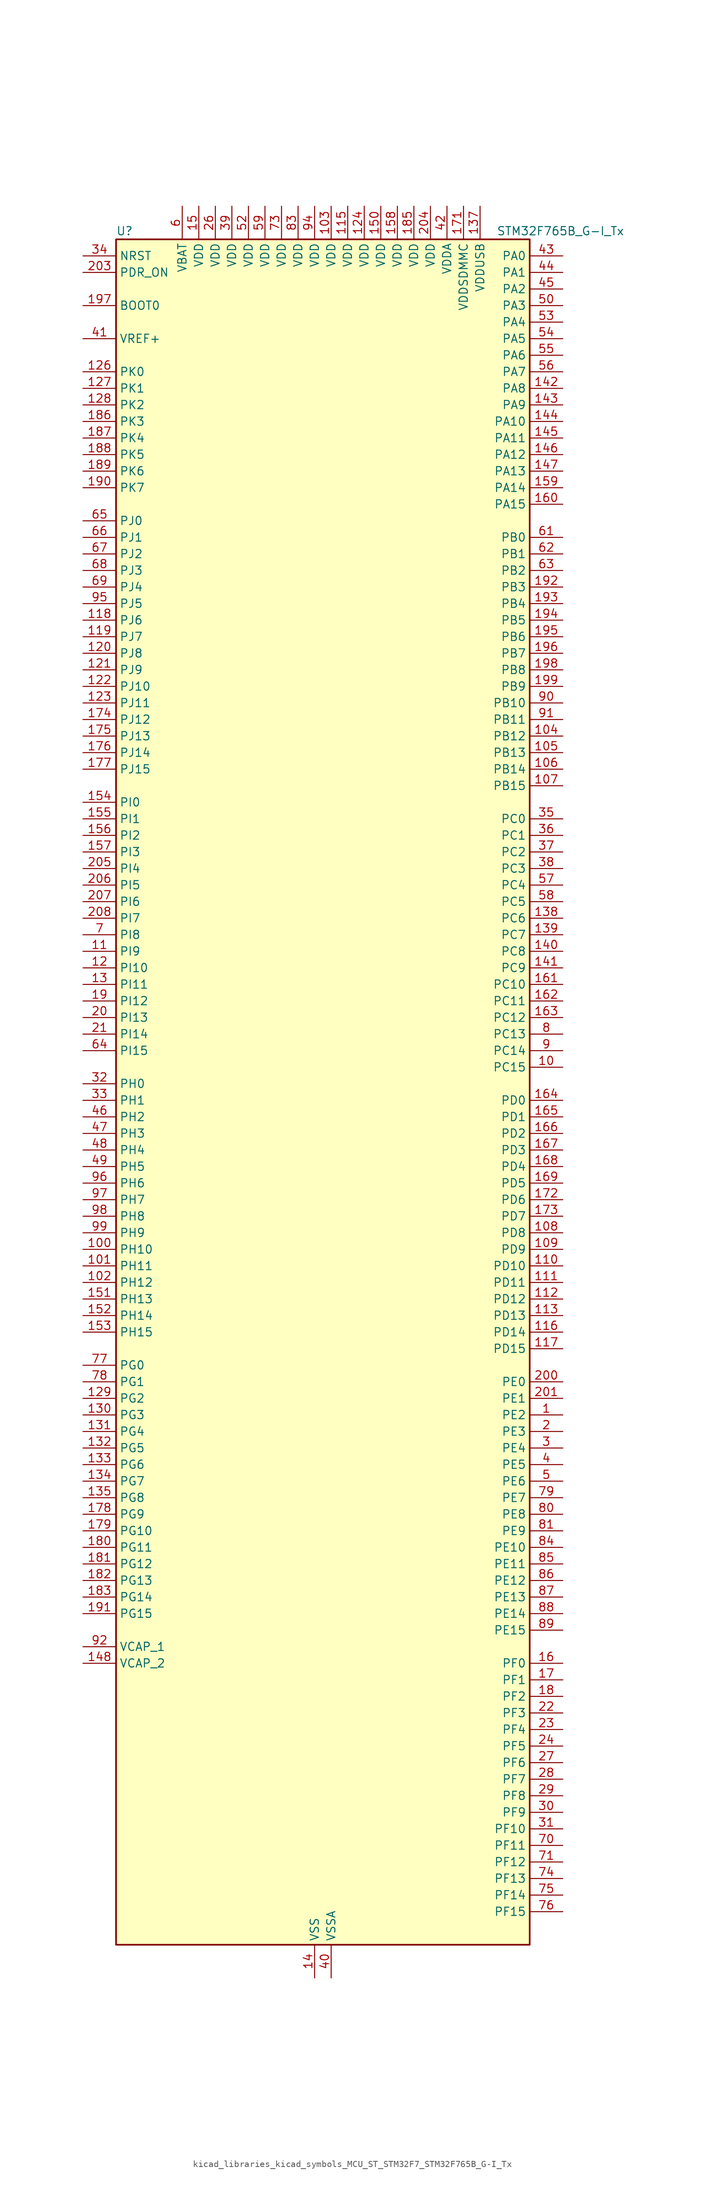
<source format=kicad_sym>
(kicad_symbol_lib
  (version 20220914)
  (generator kicad_symbol_editor)
  (symbol "kicad_libraries_kicad_symbols_MCU_ST_STM32F7_STM32F765B_G-I_Tx"
    (property "Reference" "U"
      (at -30.48 133.35 0)
      (effects (font (size 1.27 1.27)) (justify left)))
    (property "Value" "STM32F765B_G-I_Tx"
      (at 27.94 133.35 0)
      (effects (font (size 1.27 1.27)) (justify left)))
    (property "ki_locked" ""
      (at 0 0 0)
      (effects (font (size 1.27 1.27))))
    (symbol "kicad_libraries_kicad_symbols_MCU_ST_STM32F7_STM32F765B_G-I_Tx_0_1"
      (rectangle (start -30.48 -129.54) (end 33.02 132.08) (stroke (width 0.254) (type default)) (fill (type background))))
    (symbol "kicad_libraries_kicad_symbols_MCU_ST_STM32F7_STM32F765B_G-I_Tx_1_1"
      (pin bidirectional line (at 38.1 -48.26 180) (length 5.08) (name "PE2" (effects (font (size 1.27 1.27)))) (number "1" (effects (font (size 1.27 1.27)))) (alternate "ETH_TXD3" bidirectional line) (alternate "FMC_A23" bidirectional line) (alternate "QUADSPI_BK1_IO2" bidirectional line) (alternate "SAI1_MCLK_A" bidirectional line) (alternate "SPI4_SCK" bidirectional line) (alternate "SYS_TRACECLK" bidirectional line))
      (pin bidirectional line (at 38.1 5.08 180) (length 5.08) (name "PC15" (effects (font (size 1.27 1.27)))) (number "10" (effects (font (size 1.27 1.27)))) (alternate "RCC_OSC32_OUT" bidirectional line))
      (pin bidirectional line (at -35.56 -22.86 0) (length 5.08) (name "PH10" (effects (font (size 1.27 1.27)))) (number "100" (effects (font (size 1.27 1.27)))) (alternate "DCMI_D1" bidirectional line) (alternate "FMC_D18" bidirectional line) (alternate "I2C4_SMBA" bidirectional line) (alternate "TIM5_CH1" bidirectional line))
      (pin bidirectional line (at -35.56 -25.4 0) (length 5.08) (name "PH11" (effects (font (size 1.27 1.27)))) (number "101" (effects (font (size 1.27 1.27)))) (alternate "ADC1_EXTI11" bidirectional line) (alternate "ADC2_EXTI11" bidirectional line) (alternate "ADC3_EXTI11" bidirectional line) (alternate "DCMI_D2" bidirectional line) (alternate "FMC_D19" bidirectional line) (alternate "I2C4_SCL" bidirectional line) (alternate "TIM5_CH2" bidirectional line))
      (pin bidirectional line (at -35.56 -27.94 0) (length 5.08) (name "PH12" (effects (font (size 1.27 1.27)))) (number "102" (effects (font (size 1.27 1.27)))) (alternate "DCMI_D3" bidirectional line) (alternate "FMC_D20" bidirectional line) (alternate "I2C4_SDA" bidirectional line) (alternate "TIM5_CH3" bidirectional line))
      (pin power_in line (at 2.54 137.16 270) (length 5.08) (name "VDD" (effects (font (size 1.27 1.27)))) (number "103" (effects (font (size 1.27 1.27)))))
      (pin bidirectional line (at 38.1 55.88 180) (length 5.08) (name "PB12" (effects (font (size 1.27 1.27)))) (number "104" (effects (font (size 1.27 1.27)))) (alternate "CAN2_RX" bidirectional line) (alternate "DFSDM1_DATIN1" bidirectional line) (alternate "ETH_TXD0" bidirectional line) (alternate "I2C2_SMBA" bidirectional line) (alternate "I2S2_WS" bidirectional line) (alternate "SPI2_NSS" bidirectional line) (alternate "TIM1_BKIN" bidirectional line) (alternate "UART5_RX" bidirectional line) (alternate "USART3_CK" bidirectional line) (alternate "USB_OTG_HS_ID" bidirectional line) (alternate "USB_OTG_HS_ULPI_D5" bidirectional line))
      (pin bidirectional line (at 38.1 53.34 180) (length 5.08) (name "PB13" (effects (font (size 1.27 1.27)))) (number "105" (effects (font (size 1.27 1.27)))) (alternate "CAN2_TX" bidirectional line) (alternate "DFSDM1_CKIN1" bidirectional line) (alternate "ETH_TXD1" bidirectional line) (alternate "I2S2_CK" bidirectional line) (alternate "SPI2_SCK" bidirectional line) (alternate "TIM1_CH1N" bidirectional line) (alternate "UART5_TX" bidirectional line) (alternate "USART3_CTS" bidirectional line) (alternate "USB_OTG_HS_ULPI_D6" bidirectional line) (alternate "USB_OTG_HS_VBUS" bidirectional line))
      (pin bidirectional line (at 38.1 50.8 180) (length 5.08) (name "PB14" (effects (font (size 1.27 1.27)))) (number "106" (effects (font (size 1.27 1.27)))) (alternate "DFSDM1_DATIN2" bidirectional line) (alternate "SDMMC2_D0" bidirectional line) (alternate "SPI2_MISO" bidirectional line) (alternate "TIM12_CH1" bidirectional line) (alternate "TIM1_CH2N" bidirectional line) (alternate "TIM8_CH2N" bidirectional line) (alternate "UART4_DE" bidirectional line) (alternate "UART4_RTS" bidirectional line) (alternate "USART1_TX" bidirectional line) (alternate "USART3_DE" bidirectional line) (alternate "USART3_RTS" bidirectional line) (alternate "USB_OTG_HS_DM" bidirectional line))
      (pin bidirectional line (at 38.1 48.26 180) (length 5.08) (name "PB15" (effects (font (size 1.27 1.27)))) (number "107" (effects (font (size 1.27 1.27)))) (alternate "DFSDM1_CKIN2" bidirectional line) (alternate "I2S2_SD" bidirectional line) (alternate "RTC_REFIN" bidirectional line) (alternate "SDMMC2_D1" bidirectional line) (alternate "SPI2_MOSI" bidirectional line) (alternate "TIM12_CH2" bidirectional line) (alternate "TIM1_CH3N" bidirectional line) (alternate "TIM8_CH3N" bidirectional line) (alternate "UART4_CTS" bidirectional line) (alternate "USART1_RX" bidirectional line) (alternate "USB_OTG_HS_DP" bidirectional line))
      (pin bidirectional line (at 38.1 -20.32 180) (length 5.08) (name "PD8" (effects (font (size 1.27 1.27)))) (number "108" (effects (font (size 1.27 1.27)))) (alternate "DFSDM1_CKIN3" bidirectional line) (alternate "FMC_D13" bidirectional line) (alternate "FMC_DA13" bidirectional line) (alternate "SPDIFRX_IN1" bidirectional line) (alternate "USART3_TX" bidirectional line))
      (pin bidirectional line (at 38.1 -22.86 180) (length 5.08) (name "PD9" (effects (font (size 1.27 1.27)))) (number "109" (effects (font (size 1.27 1.27)))) (alternate "DAC_EXTI9" bidirectional line) (alternate "DFSDM1_DATIN3" bidirectional line) (alternate "FMC_D14" bidirectional line) (alternate "FMC_DA14" bidirectional line) (alternate "USART3_RX" bidirectional line))
      (pin bidirectional line (at -35.56 22.86 0) (length 5.08) (name "PI9" (effects (font (size 1.27 1.27)))) (number "11" (effects (font (size 1.27 1.27)))) (alternate "CAN1_RX" bidirectional line) (alternate "DAC_EXTI9" bidirectional line) (alternate "FMC_D30" bidirectional line) (alternate "UART4_RX" bidirectional line))
      (pin bidirectional line (at 38.1 -25.4 180) (length 5.08) (name "PD10" (effects (font (size 1.27 1.27)))) (number "110" (effects (font (size 1.27 1.27)))) (alternate "DFSDM1_CKOUT" bidirectional line) (alternate "FMC_D15" bidirectional line) (alternate "FMC_DA15" bidirectional line) (alternate "USART3_CK" bidirectional line))
      (pin bidirectional line (at 38.1 -27.94 180) (length 5.08) (name "PD11" (effects (font (size 1.27 1.27)))) (number "111" (effects (font (size 1.27 1.27)))) (alternate "ADC1_EXTI11" bidirectional line) (alternate "ADC2_EXTI11" bidirectional line) (alternate "ADC3_EXTI11" bidirectional line) (alternate "FMC_A16" bidirectional line) (alternate "FMC_CLE" bidirectional line) (alternate "I2C4_SMBA" bidirectional line) (alternate "QUADSPI_BK1_IO0" bidirectional line) (alternate "SAI2_SD_A" bidirectional line) (alternate "USART3_CTS" bidirectional line))
      (pin bidirectional line (at 38.1 -30.48 180) (length 5.08) (name "PD12" (effects (font (size 1.27 1.27)))) (number "112" (effects (font (size 1.27 1.27)))) (alternate "FMC_A17" bidirectional line) (alternate "FMC_ALE" bidirectional line) (alternate "I2C4_SCL" bidirectional line) (alternate "LPTIM1_IN1" bidirectional line) (alternate "QUADSPI_BK1_IO1" bidirectional line) (alternate "SAI2_FS_A" bidirectional line) (alternate "TIM4_CH1" bidirectional line) (alternate "USART3_DE" bidirectional line) (alternate "USART3_RTS" bidirectional line))
      (pin bidirectional line (at 38.1 -33.02 180) (length 5.08) (name "PD13" (effects (font (size 1.27 1.27)))) (number "113" (effects (font (size 1.27 1.27)))) (alternate "FMC_A18" bidirectional line) (alternate "I2C4_SDA" bidirectional line) (alternate "LPTIM1_OUT" bidirectional line) (alternate "QUADSPI_BK1_IO3" bidirectional line) (alternate "SAI2_SCK_A" bidirectional line) (alternate "TIM4_CH2" bidirectional line))
      (pin passive line (at 0 -134.62 90) (length 5.08) hide (name "VSS" (effects (font (size 1.27 1.27)))) (number "114" (effects (font (size 1.27 1.27)))))
      (pin power_in line (at 5.08 137.16 270) (length 5.08) (name "VDD" (effects (font (size 1.27 1.27)))) (number "115" (effects (font (size 1.27 1.27)))))
      (pin bidirectional line (at 38.1 -35.56 180) (length 5.08) (name "PD14" (effects (font (size 1.27 1.27)))) (number "116" (effects (font (size 1.27 1.27)))) (alternate "FMC_D0" bidirectional line) (alternate "FMC_DA0" bidirectional line) (alternate "TIM4_CH3" bidirectional line) (alternate "UART8_CTS" bidirectional line))
      (pin bidirectional line (at 38.1 -38.1 180) (length 5.08) (name "PD15" (effects (font (size 1.27 1.27)))) (number "117" (effects (font (size 1.27 1.27)))) (alternate "FMC_D1" bidirectional line) (alternate "FMC_DA1" bidirectional line) (alternate "TIM4_CH4" bidirectional line) (alternate "UART8_DE" bidirectional line) (alternate "UART8_RTS" bidirectional line))
      (pin bidirectional line (at -35.56 73.66 0) (length 5.08) (name "PJ6" (effects (font (size 1.27 1.27)))) (number "118" (effects (font (size 1.27 1.27)))))
      (pin bidirectional line (at -35.56 71.12 0) (length 5.08) (name "PJ7" (effects (font (size 1.27 1.27)))) (number "119" (effects (font (size 1.27 1.27)))))
      (pin bidirectional line (at -35.56 20.32 0) (length 5.08) (name "PI10" (effects (font (size 1.27 1.27)))) (number "12" (effects (font (size 1.27 1.27)))) (alternate "ETH_RX_ER" bidirectional line) (alternate "FMC_D31" bidirectional line))
      (pin bidirectional line (at -35.56 68.58 0) (length 5.08) (name "PJ8" (effects (font (size 1.27 1.27)))) (number "120" (effects (font (size 1.27 1.27)))))
      (pin bidirectional line (at -35.56 66.04 0) (length 5.08) (name "PJ9" (effects (font (size 1.27 1.27)))) (number "121" (effects (font (size 1.27 1.27)))) (alternate "DAC_EXTI9" bidirectional line))
      (pin bidirectional line (at -35.56 63.5 0) (length 5.08) (name "PJ10" (effects (font (size 1.27 1.27)))) (number "122" (effects (font (size 1.27 1.27)))))
      (pin bidirectional line (at -35.56 60.96 0) (length 5.08) (name "PJ11" (effects (font (size 1.27 1.27)))) (number "123" (effects (font (size 1.27 1.27)))) (alternate "ADC1_EXTI11" bidirectional line) (alternate "ADC2_EXTI11" bidirectional line) (alternate "ADC3_EXTI11" bidirectional line))
      (pin power_in line (at 7.62 137.16 270) (length 5.08) (name "VDD" (effects (font (size 1.27 1.27)))) (number "124" (effects (font (size 1.27 1.27)))))
      (pin passive line (at 0 -134.62 90) (length 5.08) hide (name "VSS" (effects (font (size 1.27 1.27)))) (number "125" (effects (font (size 1.27 1.27)))))
      (pin bidirectional line (at -35.56 111.76 0) (length 5.08) (name "PK0" (effects (font (size 1.27 1.27)))) (number "126" (effects (font (size 1.27 1.27)))))
      (pin bidirectional line (at -35.56 109.22 0) (length 5.08) (name "PK1" (effects (font (size 1.27 1.27)))) (number "127" (effects (font (size 1.27 1.27)))))
      (pin bidirectional line (at -35.56 106.68 0) (length 5.08) (name "PK2" (effects (font (size 1.27 1.27)))) (number "128" (effects (font (size 1.27 1.27)))))
      (pin bidirectional line (at -35.56 -45.72 0) (length 5.08) (name "PG2" (effects (font (size 1.27 1.27)))) (number "129" (effects (font (size 1.27 1.27)))) (alternate "FMC_A12" bidirectional line))
      (pin bidirectional line (at -35.56 17.78 0) (length 5.08) (name "PI11" (effects (font (size 1.27 1.27)))) (number "13" (effects (font (size 1.27 1.27)))) (alternate "ADC1_EXTI11" bidirectional line) (alternate "ADC2_EXTI11" bidirectional line) (alternate "ADC3_EXTI11" bidirectional line) (alternate "SYS_WKUP6" bidirectional line) (alternate "USB_OTG_HS_ULPI_DIR" bidirectional line))
      (pin bidirectional line (at -35.56 -48.26 0) (length 5.08) (name "PG3" (effects (font (size 1.27 1.27)))) (number "130" (effects (font (size 1.27 1.27)))) (alternate "FMC_A13" bidirectional line))
      (pin bidirectional line (at -35.56 -50.8 0) (length 5.08) (name "PG4" (effects (font (size 1.27 1.27)))) (number "131" (effects (font (size 1.27 1.27)))) (alternate "FMC_A14" bidirectional line) (alternate "FMC_BA0" bidirectional line))
      (pin bidirectional line (at -35.56 -53.34 0) (length 5.08) (name "PG5" (effects (font (size 1.27 1.27)))) (number "132" (effects (font (size 1.27 1.27)))) (alternate "FMC_A15" bidirectional line) (alternate "FMC_BA1" bidirectional line))
      (pin bidirectional line (at -35.56 -55.88 0) (length 5.08) (name "PG6" (effects (font (size 1.27 1.27)))) (number "133" (effects (font (size 1.27 1.27)))) (alternate "DCMI_D12" bidirectional line) (alternate "FMC_NE3" bidirectional line))
      (pin bidirectional line (at -35.56 -58.42 0) (length 5.08) (name "PG7" (effects (font (size 1.27 1.27)))) (number "134" (effects (font (size 1.27 1.27)))) (alternate "DCMI_D13" bidirectional line) (alternate "FMC_INT" bidirectional line) (alternate "SAI1_MCLK_A" bidirectional line) (alternate "USART6_CK" bidirectional line))
      (pin bidirectional line (at -35.56 -60.96 0) (length 5.08) (name "PG8" (effects (font (size 1.27 1.27)))) (number "135" (effects (font (size 1.27 1.27)))) (alternate "ETH_PPS_OUT" bidirectional line) (alternate "FMC_SDCLK" bidirectional line) (alternate "SPDIFRX_IN2" bidirectional line) (alternate "SPI6_NSS" bidirectional line) (alternate "USART6_DE" bidirectional line) (alternate "USART6_RTS" bidirectional line))
      (pin passive line (at 0 -134.62 90) (length 5.08) hide (name "VSS" (effects (font (size 1.27 1.27)))) (number "136" (effects (font (size 1.27 1.27)))))
      (pin power_in line (at 25.4 137.16 270) (length 5.08) (name "VDDUSB" (effects (font (size 1.27 1.27)))) (number "137" (effects (font (size 1.27 1.27)))))
      (pin bidirectional line (at 38.1 27.94 180) (length 5.08) (name "PC6" (effects (font (size 1.27 1.27)))) (number "138" (effects (font (size 1.27 1.27)))) (alternate "DCMI_D0" bidirectional line) (alternate "DFSDM1_CKIN3" bidirectional line) (alternate "FMC_NWAIT" bidirectional line) (alternate "I2S2_MCK" bidirectional line) (alternate "SDMMC1_D6" bidirectional line) (alternate "SDMMC2_D6" bidirectional line) (alternate "TIM3_CH1" bidirectional line) (alternate "TIM8_CH1" bidirectional line) (alternate "USART6_TX" bidirectional line))
      (pin bidirectional line (at 38.1 25.4 180) (length 5.08) (name "PC7" (effects (font (size 1.27 1.27)))) (number "139" (effects (font (size 1.27 1.27)))) (alternate "DCMI_D1" bidirectional line) (alternate "DFSDM1_DATIN3" bidirectional line) (alternate "FMC_NE1" bidirectional line) (alternate "I2S3_MCK" bidirectional line) (alternate "SDMMC1_D7" bidirectional line) (alternate "SDMMC2_D7" bidirectional line) (alternate "TIM3_CH2" bidirectional line) (alternate "TIM8_CH2" bidirectional line) (alternate "USART6_RX" bidirectional line))
      (pin power_in line (at 0 -134.62 90) (length 5.08) (name "VSS" (effects (font (size 1.27 1.27)))) (number "14" (effects (font (size 1.27 1.27)))))
      (pin bidirectional line (at 38.1 22.86 180) (length 5.08) (name "PC8" (effects (font (size 1.27 1.27)))) (number "140" (effects (font (size 1.27 1.27)))) (alternate "DCMI_D2" bidirectional line) (alternate "FMC_NCE" bidirectional line) (alternate "FMC_NE2" bidirectional line) (alternate "SDMMC1_D0" bidirectional line) (alternate "SYS_TRACED1" bidirectional line) (alternate "TIM3_CH3" bidirectional line) (alternate "TIM8_CH3" bidirectional line) (alternate "UART5_DE" bidirectional line) (alternate "UART5_RTS" bidirectional line) (alternate "USART6_CK" bidirectional line))
      (pin bidirectional line (at 38.1 20.32 180) (length 5.08) (name "PC9" (effects (font (size 1.27 1.27)))) (number "141" (effects (font (size 1.27 1.27)))) (alternate "DAC_EXTI9" bidirectional line) (alternate "DCMI_D3" bidirectional line) (alternate "I2C3_SDA" bidirectional line) (alternate "I2S_CKIN" bidirectional line) (alternate "QUADSPI_BK1_IO0" bidirectional line) (alternate "RCC_MCO_2" bidirectional line) (alternate "SDMMC1_D1" bidirectional line) (alternate "TIM3_CH4" bidirectional line) (alternate "TIM8_CH4" bidirectional line) (alternate "UART5_CTS" bidirectional line))
      (pin bidirectional line (at 38.1 109.22 180) (length 5.08) (name "PA8" (effects (font (size 1.27 1.27)))) (number "142" (effects (font (size 1.27 1.27)))) (alternate "CAN3_RX" bidirectional line) (alternate "I2C3_SCL" bidirectional line) (alternate "RCC_MCO_1" bidirectional line) (alternate "TIM1_CH1" bidirectional line) (alternate "TIM8_BKIN2" bidirectional line) (alternate "UART7_RX" bidirectional line) (alternate "USART1_CK" bidirectional line) (alternate "USB_OTG_FS_SOF" bidirectional line))
      (pin bidirectional line (at 38.1 106.68 180) (length 5.08) (name "PA9" (effects (font (size 1.27 1.27)))) (number "143" (effects (font (size 1.27 1.27)))) (alternate "DAC_EXTI9" bidirectional line) (alternate "DCMI_D0" bidirectional line) (alternate "I2C3_SMBA" bidirectional line) (alternate "I2S2_CK" bidirectional line) (alternate "SPI2_SCK" bidirectional line) (alternate "TIM1_CH2" bidirectional line) (alternate "USART1_TX" bidirectional line) (alternate "USB_OTG_FS_VBUS" bidirectional line))
      (pin bidirectional line (at 38.1 104.14 180) (length 5.08) (name "PA10" (effects (font (size 1.27 1.27)))) (number "144" (effects (font (size 1.27 1.27)))) (alternate "DCMI_D1" bidirectional line) (alternate "MDIOS_MDIO" bidirectional line) (alternate "TIM1_CH3" bidirectional line) (alternate "USART1_RX" bidirectional line) (alternate "USB_OTG_FS_ID" bidirectional line))
      (pin bidirectional line (at 38.1 101.6 180) (length 5.08) (name "PA11" (effects (font (size 1.27 1.27)))) (number "145" (effects (font (size 1.27 1.27)))) (alternate "ADC1_EXTI11" bidirectional line) (alternate "ADC2_EXTI11" bidirectional line) (alternate "ADC3_EXTI11" bidirectional line) (alternate "CAN1_RX" bidirectional line) (alternate "I2S2_WS" bidirectional line) (alternate "SPI2_NSS" bidirectional line) (alternate "TIM1_CH4" bidirectional line) (alternate "UART4_RX" bidirectional line) (alternate "USART1_CTS" bidirectional line) (alternate "USB_OTG_FS_DM" bidirectional line))
      (pin bidirectional line (at 38.1 99.06 180) (length 5.08) (name "PA12" (effects (font (size 1.27 1.27)))) (number "146" (effects (font (size 1.27 1.27)))) (alternate "CAN1_TX" bidirectional line) (alternate "I2S2_CK" bidirectional line) (alternate "SAI2_FS_B" bidirectional line) (alternate "SPI2_SCK" bidirectional line) (alternate "TIM1_ETR" bidirectional line) (alternate "UART4_TX" bidirectional line) (alternate "USART1_DE" bidirectional line) (alternate "USART1_RTS" bidirectional line) (alternate "USB_OTG_FS_DP" bidirectional line))
      (pin bidirectional line (at 38.1 96.52 180) (length 5.08) (name "PA13" (effects (font (size 1.27 1.27)))) (number "147" (effects (font (size 1.27 1.27)))) (alternate "SYS_JTMS-SWDIO" bidirectional line))
      (pin power_out line (at -35.56 -86.36 0) (length 5.08) (name "VCAP_2" (effects (font (size 1.27 1.27)))) (number "148" (effects (font (size 1.27 1.27)))))
      (pin passive line (at 0 -134.62 90) (length 5.08) hide (name "VSS" (effects (font (size 1.27 1.27)))) (number "149" (effects (font (size 1.27 1.27)))))
      (pin power_in line (at -17.78 137.16 270) (length 5.08) (name "VDD" (effects (font (size 1.27 1.27)))) (number "15" (effects (font (size 1.27 1.27)))))
      (pin power_in line (at 10.16 137.16 270) (length 5.08) (name "VDD" (effects (font (size 1.27 1.27)))) (number "150" (effects (font (size 1.27 1.27)))))
      (pin bidirectional line (at -35.56 -30.48 0) (length 5.08) (name "PH13" (effects (font (size 1.27 1.27)))) (number "151" (effects (font (size 1.27 1.27)))) (alternate "CAN1_TX" bidirectional line) (alternate "FMC_D21" bidirectional line) (alternate "TIM8_CH1N" bidirectional line) (alternate "UART4_TX" bidirectional line))
      (pin bidirectional line (at -35.56 -33.02 0) (length 5.08) (name "PH14" (effects (font (size 1.27 1.27)))) (number "152" (effects (font (size 1.27 1.27)))) (alternate "CAN1_RX" bidirectional line) (alternate "DCMI_D4" bidirectional line) (alternate "FMC_D22" bidirectional line) (alternate "TIM8_CH2N" bidirectional line) (alternate "UART4_RX" bidirectional line))
      (pin bidirectional line (at -35.56 -35.56 0) (length 5.08) (name "PH15" (effects (font (size 1.27 1.27)))) (number "153" (effects (font (size 1.27 1.27)))) (alternate "DCMI_D11" bidirectional line) (alternate "FMC_D23" bidirectional line) (alternate "TIM8_CH3N" bidirectional line))
      (pin bidirectional line (at -35.56 45.72 0) (length 5.08) (name "PI0" (effects (font (size 1.27 1.27)))) (number "154" (effects (font (size 1.27 1.27)))) (alternate "DCMI_D13" bidirectional line) (alternate "FMC_D24" bidirectional line) (alternate "I2S2_WS" bidirectional line) (alternate "SPI2_NSS" bidirectional line) (alternate "TIM5_CH4" bidirectional line))
      (pin bidirectional line (at -35.56 43.18 0) (length 5.08) (name "PI1" (effects (font (size 1.27 1.27)))) (number "155" (effects (font (size 1.27 1.27)))) (alternate "DCMI_D8" bidirectional line) (alternate "FMC_D25" bidirectional line) (alternate "I2S2_CK" bidirectional line) (alternate "SPI2_SCK" bidirectional line) (alternate "TIM8_BKIN2" bidirectional line))
      (pin bidirectional line (at -35.56 40.64 0) (length 5.08) (name "PI2" (effects (font (size 1.27 1.27)))) (number "156" (effects (font (size 1.27 1.27)))) (alternate "DCMI_D9" bidirectional line) (alternate "FMC_D26" bidirectional line) (alternate "SPI2_MISO" bidirectional line) (alternate "TIM8_CH4" bidirectional line))
      (pin bidirectional line (at -35.56 38.1 0) (length 5.08) (name "PI3" (effects (font (size 1.27 1.27)))) (number "157" (effects (font (size 1.27 1.27)))) (alternate "DCMI_D10" bidirectional line) (alternate "FMC_D27" bidirectional line) (alternate "I2S2_SD" bidirectional line) (alternate "SPI2_MOSI" bidirectional line) (alternate "TIM8_ETR" bidirectional line))
      (pin power_in line (at 12.7 137.16 270) (length 5.08) (name "VDD" (effects (font (size 1.27 1.27)))) (number "158" (effects (font (size 1.27 1.27)))))
      (pin bidirectional line (at 38.1 93.98 180) (length 5.08) (name "PA14" (effects (font (size 1.27 1.27)))) (number "159" (effects (font (size 1.27 1.27)))) (alternate "SYS_JTCK-SWCLK" bidirectional line))
      (pin bidirectional line (at 38.1 -86.36 180) (length 5.08) (name "PF0" (effects (font (size 1.27 1.27)))) (number "16" (effects (font (size 1.27 1.27)))) (alternate "FMC_A0" bidirectional line) (alternate "I2C2_SDA" bidirectional line))
      (pin bidirectional line (at 38.1 91.44 180) (length 5.08) (name "PA15" (effects (font (size 1.27 1.27)))) (number "160" (effects (font (size 1.27 1.27)))) (alternate "CAN3_TX" bidirectional line) (alternate "CEC" bidirectional line) (alternate "I2S1_WS" bidirectional line) (alternate "I2S3_WS" bidirectional line) (alternate "SPI1_NSS" bidirectional line) (alternate "SPI3_NSS" bidirectional line) (alternate "SPI6_NSS" bidirectional line) (alternate "SYS_JTDI" bidirectional line) (alternate "TIM2_CH1" bidirectional line) (alternate "TIM2_ETR" bidirectional line) (alternate "UART4_DE" bidirectional line) (alternate "UART4_RTS" bidirectional line) (alternate "UART7_TX" bidirectional line))
      (pin bidirectional line (at 38.1 17.78 180) (length 5.08) (name "PC10" (effects (font (size 1.27 1.27)))) (number "161" (effects (font (size 1.27 1.27)))) (alternate "DCMI_D8" bidirectional line) (alternate "DFSDM1_CKIN5" bidirectional line) (alternate "I2S3_CK" bidirectional line) (alternate "QUADSPI_BK1_IO1" bidirectional line) (alternate "SDMMC1_D2" bidirectional line) (alternate "SPI3_SCK" bidirectional line) (alternate "UART4_TX" bidirectional line) (alternate "USART3_TX" bidirectional line))
      (pin bidirectional line (at 38.1 15.24 180) (length 5.08) (name "PC11" (effects (font (size 1.27 1.27)))) (number "162" (effects (font (size 1.27 1.27)))) (alternate "ADC1_EXTI11" bidirectional line) (alternate "ADC2_EXTI11" bidirectional line) (alternate "ADC3_EXTI11" bidirectional line) (alternate "DCMI_D4" bidirectional line) (alternate "DFSDM1_DATIN5" bidirectional line) (alternate "QUADSPI_BK2_NCS" bidirectional line) (alternate "SDMMC1_D3" bidirectional line) (alternate "SPI3_MISO" bidirectional line) (alternate "UART4_RX" bidirectional line) (alternate "USART3_RX" bidirectional line))
      (pin bidirectional line (at 38.1 12.7 180) (length 5.08) (name "PC12" (effects (font (size 1.27 1.27)))) (number "163" (effects (font (size 1.27 1.27)))) (alternate "DCMI_D9" bidirectional line) (alternate "I2S3_SD" bidirectional line) (alternate "SDMMC1_CK" bidirectional line) (alternate "SPI3_MOSI" bidirectional line) (alternate "SYS_TRACED3" bidirectional line) (alternate "UART5_TX" bidirectional line) (alternate "USART3_CK" bidirectional line))
      (pin bidirectional line (at 38.1 0 180) (length 5.08) (name "PD0" (effects (font (size 1.27 1.27)))) (number "164" (effects (font (size 1.27 1.27)))) (alternate "CAN1_RX" bidirectional line) (alternate "DFSDM1_CKIN6" bidirectional line) (alternate "DFSDM1_DATIN7" bidirectional line) (alternate "FMC_D2" bidirectional line) (alternate "FMC_DA2" bidirectional line) (alternate "UART4_RX" bidirectional line))
      (pin bidirectional line (at 38.1 -2.54 180) (length 5.08) (name "PD1" (effects (font (size 1.27 1.27)))) (number "165" (effects (font (size 1.27 1.27)))) (alternate "CAN1_TX" bidirectional line) (alternate "DFSDM1_CKIN7" bidirectional line) (alternate "DFSDM1_DATIN6" bidirectional line) (alternate "FMC_D3" bidirectional line) (alternate "FMC_DA3" bidirectional line) (alternate "UART4_TX" bidirectional line))
      (pin bidirectional line (at 38.1 -5.08 180) (length 5.08) (name "PD2" (effects (font (size 1.27 1.27)))) (number "166" (effects (font (size 1.27 1.27)))) (alternate "DCMI_D11" bidirectional line) (alternate "SDMMC1_CMD" bidirectional line) (alternate "SYS_TRACED2" bidirectional line) (alternate "TIM3_ETR" bidirectional line) (alternate "UART5_RX" bidirectional line))
      (pin bidirectional line (at 38.1 -7.62 180) (length 5.08) (name "PD3" (effects (font (size 1.27 1.27)))) (number "167" (effects (font (size 1.27 1.27)))) (alternate "DCMI_D5" bidirectional line) (alternate "DFSDM1_CKOUT" bidirectional line) (alternate "DFSDM1_DATIN0" bidirectional line) (alternate "FMC_CLK" bidirectional line) (alternate "I2S2_CK" bidirectional line) (alternate "SPI2_SCK" bidirectional line) (alternate "USART2_CTS" bidirectional line))
      (pin bidirectional line (at 38.1 -10.16 180) (length 5.08) (name "PD4" (effects (font (size 1.27 1.27)))) (number "168" (effects (font (size 1.27 1.27)))) (alternate "DFSDM1_CKIN0" bidirectional line) (alternate "FMC_NOE" bidirectional line) (alternate "USART2_DE" bidirectional line) (alternate "USART2_RTS" bidirectional line))
      (pin bidirectional line (at 38.1 -12.7 180) (length 5.08) (name "PD5" (effects (font (size 1.27 1.27)))) (number "169" (effects (font (size 1.27 1.27)))) (alternate "FMC_NWE" bidirectional line) (alternate "USART2_TX" bidirectional line))
      (pin bidirectional line (at 38.1 -88.9 180) (length 5.08) (name "PF1" (effects (font (size 1.27 1.27)))) (number "17" (effects (font (size 1.27 1.27)))) (alternate "FMC_A1" bidirectional line) (alternate "I2C2_SCL" bidirectional line))
      (pin passive line (at 0 -134.62 90) (length 5.08) hide (name "VSS" (effects (font (size 1.27 1.27)))) (number "170" (effects (font (size 1.27 1.27)))))
      (pin power_in line (at 22.86 137.16 270) (length 5.08) (name "VDDSDMMC" (effects (font (size 1.27 1.27)))) (number "171" (effects (font (size 1.27 1.27)))))
      (pin bidirectional line (at 38.1 -15.24 180) (length 5.08) (name "PD6" (effects (font (size 1.27 1.27)))) (number "172" (effects (font (size 1.27 1.27)))) (alternate "DCMI_D10" bidirectional line) (alternate "DFSDM1_CKIN4" bidirectional line) (alternate "DFSDM1_DATIN1" bidirectional line) (alternate "FMC_NWAIT" bidirectional line) (alternate "I2S3_SD" bidirectional line) (alternate "SAI1_SD_A" bidirectional line) (alternate "SDMMC2_CK" bidirectional line) (alternate "SPI3_MOSI" bidirectional line) (alternate "USART2_RX" bidirectional line))
      (pin bidirectional line (at 38.1 -17.78 180) (length 5.08) (name "PD7" (effects (font (size 1.27 1.27)))) (number "173" (effects (font (size 1.27 1.27)))) (alternate "DFSDM1_CKIN1" bidirectional line) (alternate "DFSDM1_DATIN4" bidirectional line) (alternate "FMC_NE1" bidirectional line) (alternate "I2S1_SD" bidirectional line) (alternate "SDMMC2_CMD" bidirectional line) (alternate "SPDIFRX_IN0" bidirectional line) (alternate "SPI1_MOSI" bidirectional line) (alternate "USART2_CK" bidirectional line))
      (pin bidirectional line (at -35.56 58.42 0) (length 5.08) (name "PJ12" (effects (font (size 1.27 1.27)))) (number "174" (effects (font (size 1.27 1.27)))))
      (pin bidirectional line (at -35.56 55.88 0) (length 5.08) (name "PJ13" (effects (font (size 1.27 1.27)))) (number "175" (effects (font (size 1.27 1.27)))))
      (pin bidirectional line (at -35.56 53.34 0) (length 5.08) (name "PJ14" (effects (font (size 1.27 1.27)))) (number "176" (effects (font (size 1.27 1.27)))))
      (pin bidirectional line (at -35.56 50.8 0) (length 5.08) (name "PJ15" (effects (font (size 1.27 1.27)))) (number "177" (effects (font (size 1.27 1.27)))))
      (pin bidirectional line (at -35.56 -63.5 0) (length 5.08) (name "PG9" (effects (font (size 1.27 1.27)))) (number "178" (effects (font (size 1.27 1.27)))) (alternate "DAC_EXTI9" bidirectional line) (alternate "DCMI_VSYNC" bidirectional line) (alternate "FMC_NCE" bidirectional line) (alternate "FMC_NE2" bidirectional line) (alternate "QUADSPI_BK2_IO2" bidirectional line) (alternate "SAI2_FS_B" bidirectional line) (alternate "SDMMC2_D0" bidirectional line) (alternate "SPDIFRX_IN3" bidirectional line) (alternate "SPI1_MISO" bidirectional line) (alternate "USART6_RX" bidirectional line))
      (pin bidirectional line (at -35.56 -66.04 0) (length 5.08) (name "PG10" (effects (font (size 1.27 1.27)))) (number "179" (effects (font (size 1.27 1.27)))) (alternate "DCMI_D2" bidirectional line) (alternate "FMC_NE3" bidirectional line) (alternate "I2S1_WS" bidirectional line) (alternate "SAI2_SD_B" bidirectional line) (alternate "SDMMC2_D1" bidirectional line) (alternate "SPI1_NSS" bidirectional line))
      (pin bidirectional line (at 38.1 -91.44 180) (length 5.08) (name "PF2" (effects (font (size 1.27 1.27)))) (number "18" (effects (font (size 1.27 1.27)))) (alternate "FMC_A2" bidirectional line) (alternate "I2C2_SMBA" bidirectional line))
      (pin bidirectional line (at -35.56 -68.58 0) (length 5.08) (name "PG11" (effects (font (size 1.27 1.27)))) (number "180" (effects (font (size 1.27 1.27)))) (alternate "ADC1_EXTI11" bidirectional line) (alternate "ADC2_EXTI11" bidirectional line) (alternate "ADC3_EXTI11" bidirectional line) (alternate "DCMI_D3" bidirectional line) (alternate "ETH_TX_EN" bidirectional line) (alternate "I2S1_CK" bidirectional line) (alternate "SDMMC2_D2" bidirectional line) (alternate "SPDIFRX_IN0" bidirectional line) (alternate "SPI1_SCK" bidirectional line))
      (pin bidirectional line (at -35.56 -71.12 0) (length 5.08) (name "PG12" (effects (font (size 1.27 1.27)))) (number "181" (effects (font (size 1.27 1.27)))) (alternate "FMC_NE4" bidirectional line) (alternate "LPTIM1_IN1" bidirectional line) (alternate "SDMMC2_D3" bidirectional line) (alternate "SPDIFRX_IN1" bidirectional line) (alternate "SPI6_MISO" bidirectional line) (alternate "USART6_DE" bidirectional line) (alternate "USART6_RTS" bidirectional line))
      (pin bidirectional line (at -35.56 -73.66 0) (length 5.08) (name "PG13" (effects (font (size 1.27 1.27)))) (number "182" (effects (font (size 1.27 1.27)))) (alternate "ETH_TXD0" bidirectional line) (alternate "FMC_A24" bidirectional line) (alternate "LPTIM1_OUT" bidirectional line) (alternate "SPI6_SCK" bidirectional line) (alternate "SYS_TRACED0" bidirectional line) (alternate "USART6_CTS" bidirectional line))
      (pin bidirectional line (at -35.56 -76.2 0) (length 5.08) (name "PG14" (effects (font (size 1.27 1.27)))) (number "183" (effects (font (size 1.27 1.27)))) (alternate "ETH_TXD1" bidirectional line) (alternate "FMC_A25" bidirectional line) (alternate "LPTIM1_ETR" bidirectional line) (alternate "QUADSPI_BK2_IO3" bidirectional line) (alternate "SPI6_MOSI" bidirectional line) (alternate "SYS_TRACED1" bidirectional line) (alternate "USART6_TX" bidirectional line))
      (pin passive line (at 0 -134.62 90) (length 5.08) hide (name "VSS" (effects (font (size 1.27 1.27)))) (number "184" (effects (font (size 1.27 1.27)))))
      (pin power_in line (at 15.24 137.16 270) (length 5.08) (name "VDD" (effects (font (size 1.27 1.27)))) (number "185" (effects (font (size 1.27 1.27)))))
      (pin bidirectional line (at -35.56 104.14 0) (length 5.08) (name "PK3" (effects (font (size 1.27 1.27)))) (number "186" (effects (font (size 1.27 1.27)))))
      (pin bidirectional line (at -35.56 101.6 0) (length 5.08) (name "PK4" (effects (font (size 1.27 1.27)))) (number "187" (effects (font (size 1.27 1.27)))))
      (pin bidirectional line (at -35.56 99.06 0) (length 5.08) (name "PK5" (effects (font (size 1.27 1.27)))) (number "188" (effects (font (size 1.27 1.27)))))
      (pin bidirectional line (at -35.56 96.52 0) (length 5.08) (name "PK6" (effects (font (size 1.27 1.27)))) (number "189" (effects (font (size 1.27 1.27)))))
      (pin bidirectional line (at -35.56 15.24 0) (length 5.08) (name "PI12" (effects (font (size 1.27 1.27)))) (number "19" (effects (font (size 1.27 1.27)))))
      (pin bidirectional line (at -35.56 93.98 0) (length 5.08) (name "PK7" (effects (font (size 1.27 1.27)))) (number "190" (effects (font (size 1.27 1.27)))))
      (pin bidirectional line (at -35.56 -78.74 0) (length 5.08) (name "PG15" (effects (font (size 1.27 1.27)))) (number "191" (effects (font (size 1.27 1.27)))) (alternate "DCMI_D13" bidirectional line) (alternate "FMC_SDNCAS" bidirectional line) (alternate "USART6_CTS" bidirectional line))
      (pin bidirectional line (at 38.1 78.74 180) (length 5.08) (name "PB3" (effects (font (size 1.27 1.27)))) (number "192" (effects (font (size 1.27 1.27)))) (alternate "CAN3_RX" bidirectional line) (alternate "I2S1_CK" bidirectional line) (alternate "I2S3_CK" bidirectional line) (alternate "SDMMC2_D2" bidirectional line) (alternate "SPI1_SCK" bidirectional line) (alternate "SPI3_SCK" bidirectional line) (alternate "SPI6_SCK" bidirectional line) (alternate "SYS_JTDO-SWO" bidirectional line) (alternate "TIM2_CH2" bidirectional line) (alternate "UART7_RX" bidirectional line))
      (pin bidirectional line (at 38.1 76.2 180) (length 5.08) (name "PB4" (effects (font (size 1.27 1.27)))) (number "193" (effects (font (size 1.27 1.27)))) (alternate "CAN3_TX" bidirectional line) (alternate "I2S2_WS" bidirectional line) (alternate "SDMMC2_D3" bidirectional line) (alternate "SPI1_MISO" bidirectional line) (alternate "SPI2_NSS" bidirectional line) (alternate "SPI3_MISO" bidirectional line) (alternate "SPI6_MISO" bidirectional line) (alternate "SYS_JTRST" bidirectional line) (alternate "TIM3_CH1" bidirectional line) (alternate "UART7_TX" bidirectional line))
      (pin bidirectional line (at 38.1 73.66 180) (length 5.08) (name "PB5" (effects (font (size 1.27 1.27)))) (number "194" (effects (font (size 1.27 1.27)))) (alternate "CAN2_RX" bidirectional line) (alternate "DCMI_D10" bidirectional line) (alternate "ETH_PPS_OUT" bidirectional line) (alternate "FMC_SDCKE1" bidirectional line) (alternate "I2C1_SMBA" bidirectional line) (alternate "I2S1_SD" bidirectional line) (alternate "I2S3_SD" bidirectional line) (alternate "SPI1_MOSI" bidirectional line) (alternate "SPI3_MOSI" bidirectional line) (alternate "SPI6_MOSI" bidirectional line) (alternate "TIM3_CH2" bidirectional line) (alternate "UART5_RX" bidirectional line) (alternate "USB_OTG_HS_ULPI_D7" bidirectional line))
      (pin bidirectional line (at 38.1 71.12 180) (length 5.08) (name "PB6" (effects (font (size 1.27 1.27)))) (number "195" (effects (font (size 1.27 1.27)))) (alternate "CAN2_TX" bidirectional line) (alternate "CEC" bidirectional line) (alternate "DCMI_D5" bidirectional line) (alternate "DFSDM1_DATIN5" bidirectional line) (alternate "FMC_SDNE1" bidirectional line) (alternate "I2C1_SCL" bidirectional line) (alternate "I2C4_SCL" bidirectional line) (alternate "QUADSPI_BK1_NCS" bidirectional line) (alternate "TIM4_CH1" bidirectional line) (alternate "UART5_TX" bidirectional line) (alternate "USART1_TX" bidirectional line))
      (pin bidirectional line (at 38.1 68.58 180) (length 5.08) (name "PB7" (effects (font (size 1.27 1.27)))) (number "196" (effects (font (size 1.27 1.27)))) (alternate "DCMI_VSYNC" bidirectional line) (alternate "DFSDM1_CKIN5" bidirectional line) (alternate "FMC_NL" bidirectional line) (alternate "I2C1_SDA" bidirectional line) (alternate "I2C4_SDA" bidirectional line) (alternate "TIM4_CH2" bidirectional line) (alternate "USART1_RX" bidirectional line))
      (pin input line (at -35.56 121.92 0) (length 5.08) (name "BOOT0" (effects (font (size 1.27 1.27)))) (number "197" (effects (font (size 1.27 1.27)))))
      (pin bidirectional line (at 38.1 66.04 180) (length 5.08) (name "PB8" (effects (font (size 1.27 1.27)))) (number "198" (effects (font (size 1.27 1.27)))) (alternate "CAN1_RX" bidirectional line) (alternate "DCMI_D6" bidirectional line) (alternate "DFSDM1_CKIN7" bidirectional line) (alternate "ETH_TXD3" bidirectional line) (alternate "I2C1_SCL" bidirectional line) (alternate "I2C4_SCL" bidirectional line) (alternate "SDMMC1_D4" bidirectional line) (alternate "SDMMC2_D4" bidirectional line) (alternate "TIM10_CH1" bidirectional line) (alternate "TIM4_CH3" bidirectional line) (alternate "UART5_RX" bidirectional line))
      (pin bidirectional line (at 38.1 63.5 180) (length 5.08) (name "PB9" (effects (font (size 1.27 1.27)))) (number "199" (effects (font (size 1.27 1.27)))) (alternate "CAN1_TX" bidirectional line) (alternate "DAC_EXTI9" bidirectional line) (alternate "DCMI_D7" bidirectional line) (alternate "DFSDM1_DATIN7" bidirectional line) (alternate "I2C1_SDA" bidirectional line) (alternate "I2C4_SDA" bidirectional line) (alternate "I2C4_SMBA" bidirectional line) (alternate "I2S2_WS" bidirectional line) (alternate "SDMMC1_D5" bidirectional line) (alternate "SDMMC2_D5" bidirectional line) (alternate "SPI2_NSS" bidirectional line) (alternate "TIM11_CH1" bidirectional line) (alternate "TIM4_CH4" bidirectional line) (alternate "UART5_TX" bidirectional line))
      (pin bidirectional line (at 38.1 -50.8 180) (length 5.08) (name "PE3" (effects (font (size 1.27 1.27)))) (number "2" (effects (font (size 1.27 1.27)))) (alternate "FMC_A19" bidirectional line) (alternate "SAI1_SD_B" bidirectional line) (alternate "SYS_TRACED0" bidirectional line))
      (pin bidirectional line (at -35.56 12.7 0) (length 5.08) (name "PI13" (effects (font (size 1.27 1.27)))) (number "20" (effects (font (size 1.27 1.27)))))
      (pin bidirectional line (at 38.1 -43.18 180) (length 5.08) (name "PE0" (effects (font (size 1.27 1.27)))) (number "200" (effects (font (size 1.27 1.27)))) (alternate "DCMI_D2" bidirectional line) (alternate "FMC_NBL0" bidirectional line) (alternate "LPTIM1_ETR" bidirectional line) (alternate "SAI2_MCLK_A" bidirectional line) (alternate "TIM4_ETR" bidirectional line) (alternate "UART8_RX" bidirectional line))
      (pin bidirectional line (at 38.1 -45.72 180) (length 5.08) (name "PE1" (effects (font (size 1.27 1.27)))) (number "201" (effects (font (size 1.27 1.27)))) (alternate "DCMI_D3" bidirectional line) (alternate "FMC_NBL1" bidirectional line) (alternate "LPTIM1_IN2" bidirectional line) (alternate "UART8_TX" bidirectional line))
      (pin passive line (at 0 -134.62 90) (length 5.08) hide (name "VSS" (effects (font (size 1.27 1.27)))) (number "202" (effects (font (size 1.27 1.27)))))
      (pin input line (at -35.56 127 0) (length 5.08) (name "PDR_ON" (effects (font (size 1.27 1.27)))) (number "203" (effects (font (size 1.27 1.27)))))
      (pin power_in line (at 17.78 137.16 270) (length 5.08) (name "VDD" (effects (font (size 1.27 1.27)))) (number "204" (effects (font (size 1.27 1.27)))))
      (pin bidirectional line (at -35.56 35.56 0) (length 5.08) (name "PI4" (effects (font (size 1.27 1.27)))) (number "205" (effects (font (size 1.27 1.27)))) (alternate "DCMI_D5" bidirectional line) (alternate "FMC_NBL2" bidirectional line) (alternate "SAI2_MCLK_A" bidirectional line) (alternate "TIM8_BKIN" bidirectional line))
      (pin bidirectional line (at -35.56 33.02 0) (length 5.08) (name "PI5" (effects (font (size 1.27 1.27)))) (number "206" (effects (font (size 1.27 1.27)))) (alternate "DCMI_VSYNC" bidirectional line) (alternate "FMC_NBL3" bidirectional line) (alternate "SAI2_SCK_A" bidirectional line) (alternate "TIM8_CH1" bidirectional line))
      (pin bidirectional line (at -35.56 30.48 0) (length 5.08) (name "PI6" (effects (font (size 1.27 1.27)))) (number "207" (effects (font (size 1.27 1.27)))) (alternate "DCMI_D6" bidirectional line) (alternate "FMC_D28" bidirectional line) (alternate "SAI2_SD_A" bidirectional line) (alternate "TIM8_CH2" bidirectional line))
      (pin bidirectional line (at -35.56 27.94 0) (length 5.08) (name "PI7" (effects (font (size 1.27 1.27)))) (number "208" (effects (font (size 1.27 1.27)))) (alternate "DCMI_D7" bidirectional line) (alternate "FMC_D29" bidirectional line) (alternate "SAI2_FS_A" bidirectional line) (alternate "TIM8_CH3" bidirectional line))
      (pin bidirectional line (at -35.56 10.16 0) (length 5.08) (name "PI14" (effects (font (size 1.27 1.27)))) (number "21" (effects (font (size 1.27 1.27)))))
      (pin bidirectional line (at 38.1 -93.98 180) (length 5.08) (name "PF3" (effects (font (size 1.27 1.27)))) (number "22" (effects (font (size 1.27 1.27)))) (alternate "ADC3_IN9" bidirectional line) (alternate "FMC_A3" bidirectional line))
      (pin bidirectional line (at 38.1 -96.52 180) (length 5.08) (name "PF4" (effects (font (size 1.27 1.27)))) (number "23" (effects (font (size 1.27 1.27)))) (alternate "ADC3_IN14" bidirectional line) (alternate "FMC_A4" bidirectional line))
      (pin bidirectional line (at 38.1 -99.06 180) (length 5.08) (name "PF5" (effects (font (size 1.27 1.27)))) (number "24" (effects (font (size 1.27 1.27)))) (alternate "ADC3_IN15" bidirectional line) (alternate "FMC_A5" bidirectional line))
      (pin passive line (at 0 -134.62 90) (length 5.08) hide (name "VSS" (effects (font (size 1.27 1.27)))) (number "25" (effects (font (size 1.27 1.27)))))
      (pin power_in line (at -15.24 137.16 270) (length 5.08) (name "VDD" (effects (font (size 1.27 1.27)))) (number "26" (effects (font (size 1.27 1.27)))))
      (pin bidirectional line (at 38.1 -101.6 180) (length 5.08) (name "PF6" (effects (font (size 1.27 1.27)))) (number "27" (effects (font (size 1.27 1.27)))) (alternate "ADC3_IN4" bidirectional line) (alternate "QUADSPI_BK1_IO3" bidirectional line) (alternate "SAI1_SD_B" bidirectional line) (alternate "SPI5_NSS" bidirectional line) (alternate "TIM10_CH1" bidirectional line) (alternate "UART7_RX" bidirectional line))
      (pin bidirectional line (at 38.1 -104.14 180) (length 5.08) (name "PF7" (effects (font (size 1.27 1.27)))) (number "28" (effects (font (size 1.27 1.27)))) (alternate "ADC3_IN5" bidirectional line) (alternate "QUADSPI_BK1_IO2" bidirectional line) (alternate "SAI1_MCLK_B" bidirectional line) (alternate "SPI5_SCK" bidirectional line) (alternate "TIM11_CH1" bidirectional line) (alternate "UART7_TX" bidirectional line))
      (pin bidirectional line (at 38.1 -106.68 180) (length 5.08) (name "PF8" (effects (font (size 1.27 1.27)))) (number "29" (effects (font (size 1.27 1.27)))) (alternate "ADC3_IN6" bidirectional line) (alternate "QUADSPI_BK1_IO0" bidirectional line) (alternate "SAI1_SCK_B" bidirectional line) (alternate "SPI5_MISO" bidirectional line) (alternate "TIM13_CH1" bidirectional line) (alternate "UART7_DE" bidirectional line) (alternate "UART7_RTS" bidirectional line))
      (pin bidirectional line (at 38.1 -53.34 180) (length 5.08) (name "PE4" (effects (font (size 1.27 1.27)))) (number "3" (effects (font (size 1.27 1.27)))) (alternate "DCMI_D4" bidirectional line) (alternate "DFSDM1_DATIN3" bidirectional line) (alternate "FMC_A20" bidirectional line) (alternate "SAI1_FS_A" bidirectional line) (alternate "SPI4_NSS" bidirectional line) (alternate "SYS_TRACED1" bidirectional line))
      (pin bidirectional line (at 38.1 -109.22 180) (length 5.08) (name "PF9" (effects (font (size 1.27 1.27)))) (number "30" (effects (font (size 1.27 1.27)))) (alternate "ADC3_IN7" bidirectional line) (alternate "DAC_EXTI9" bidirectional line) (alternate "QUADSPI_BK1_IO1" bidirectional line) (alternate "SAI1_FS_B" bidirectional line) (alternate "SPI5_MOSI" bidirectional line) (alternate "TIM14_CH1" bidirectional line) (alternate "UART7_CTS" bidirectional line))
      (pin bidirectional line (at 38.1 -111.76 180) (length 5.08) (name "PF10" (effects (font (size 1.27 1.27)))) (number "31" (effects (font (size 1.27 1.27)))) (alternate "ADC3_IN8" bidirectional line) (alternate "DCMI_D11" bidirectional line) (alternate "QUADSPI_CLK" bidirectional line))
      (pin bidirectional line (at -35.56 2.54 0) (length 5.08) (name "PH0" (effects (font (size 1.27 1.27)))) (number "32" (effects (font (size 1.27 1.27)))) (alternate "RCC_OSC_IN" bidirectional line))
      (pin bidirectional line (at -35.56 0 0) (length 5.08) (name "PH1" (effects (font (size 1.27 1.27)))) (number "33" (effects (font (size 1.27 1.27)))) (alternate "RCC_OSC_OUT" bidirectional line))
      (pin input line (at -35.56 129.54 0) (length 5.08) (name "NRST" (effects (font (size 1.27 1.27)))) (number "34" (effects (font (size 1.27 1.27)))))
      (pin bidirectional line (at 38.1 43.18 180) (length 5.08) (name "PC0" (effects (font (size 1.27 1.27)))) (number "35" (effects (font (size 1.27 1.27)))) (alternate "ADC1_IN10" bidirectional line) (alternate "ADC2_IN10" bidirectional line) (alternate "ADC3_IN10" bidirectional line) (alternate "DFSDM1_CKIN0" bidirectional line) (alternate "DFSDM1_DATIN4" bidirectional line) (alternate "FMC_SDNWE" bidirectional line) (alternate "SAI2_FS_B" bidirectional line) (alternate "USB_OTG_HS_ULPI_STP" bidirectional line))
      (pin bidirectional line (at 38.1 40.64 180) (length 5.08) (name "PC1" (effects (font (size 1.27 1.27)))) (number "36" (effects (font (size 1.27 1.27)))) (alternate "ADC1_IN11" bidirectional line) (alternate "ADC2_IN11" bidirectional line) (alternate "ADC3_IN11" bidirectional line) (alternate "DFSDM1_CKIN4" bidirectional line) (alternate "DFSDM1_DATIN0" bidirectional line) (alternate "ETH_MDC" bidirectional line) (alternate "I2S2_SD" bidirectional line) (alternate "MDIOS_MDC" bidirectional line) (alternate "RTC_TAMP3" bidirectional line) (alternate "RTC_TS" bidirectional line) (alternate "SAI1_SD_A" bidirectional line) (alternate "SPI2_MOSI" bidirectional line) (alternate "SYS_TRACED0" bidirectional line) (alternate "SYS_WKUP3" bidirectional line))
      (pin bidirectional line (at 38.1 38.1 180) (length 5.08) (name "PC2" (effects (font (size 1.27 1.27)))) (number "37" (effects (font (size 1.27 1.27)))) (alternate "ADC1_IN12" bidirectional line) (alternate "ADC2_IN12" bidirectional line) (alternate "ADC3_IN12" bidirectional line) (alternate "DFSDM1_CKIN1" bidirectional line) (alternate "DFSDM1_CKOUT" bidirectional line) (alternate "ETH_TXD2" bidirectional line) (alternate "FMC_SDNE0" bidirectional line) (alternate "SPI2_MISO" bidirectional line) (alternate "USB_OTG_HS_ULPI_DIR" bidirectional line))
      (pin bidirectional line (at 38.1 35.56 180) (length 5.08) (name "PC3" (effects (font (size 1.27 1.27)))) (number "38" (effects (font (size 1.27 1.27)))) (alternate "ADC1_IN13" bidirectional line) (alternate "ADC2_IN13" bidirectional line) (alternate "ADC3_IN13" bidirectional line) (alternate "DFSDM1_DATIN1" bidirectional line) (alternate "ETH_TX_CLK" bidirectional line) (alternate "FMC_SDCKE0" bidirectional line) (alternate "I2S2_SD" bidirectional line) (alternate "SPI2_MOSI" bidirectional line) (alternate "USB_OTG_HS_ULPI_NXT" bidirectional line))
      (pin power_in line (at -12.7 137.16 270) (length 5.08) (name "VDD" (effects (font (size 1.27 1.27)))) (number "39" (effects (font (size 1.27 1.27)))))
      (pin bidirectional line (at 38.1 -55.88 180) (length 5.08) (name "PE5" (effects (font (size 1.27 1.27)))) (number "4" (effects (font (size 1.27 1.27)))) (alternate "DCMI_D6" bidirectional line) (alternate "DFSDM1_CKIN3" bidirectional line) (alternate "FMC_A21" bidirectional line) (alternate "SAI1_SCK_A" bidirectional line) (alternate "SPI4_MISO" bidirectional line) (alternate "SYS_TRACED2" bidirectional line) (alternate "TIM9_CH1" bidirectional line))
      (pin power_in line (at 2.54 -134.62 90) (length 5.08) (name "VSSA" (effects (font (size 1.27 1.27)))) (number "40" (effects (font (size 1.27 1.27)))))
      (pin input line (at -35.56 116.84 0) (length 5.08) (name "VREF+" (effects (font (size 1.27 1.27)))) (number "41" (effects (font (size 1.27 1.27)))))
      (pin power_in line (at 20.32 137.16 270) (length 5.08) (name "VDDA" (effects (font (size 1.27 1.27)))) (number "42" (effects (font (size 1.27 1.27)))))
      (pin bidirectional line (at 38.1 129.54 180) (length 5.08) (name "PA0" (effects (font (size 1.27 1.27)))) (number "43" (effects (font (size 1.27 1.27)))) (alternate "ADC1_IN0" bidirectional line) (alternate "ADC2_IN0" bidirectional line) (alternate "ADC3_IN0" bidirectional line) (alternate "ETH_CRS" bidirectional line) (alternate "SAI2_SD_B" bidirectional line) (alternate "SYS_WKUP1" bidirectional line) (alternate "TIM2_CH1" bidirectional line) (alternate "TIM2_ETR" bidirectional line) (alternate "TIM5_CH1" bidirectional line) (alternate "TIM8_ETR" bidirectional line) (alternate "UART4_TX" bidirectional line) (alternate "USART2_CTS" bidirectional line))
      (pin bidirectional line (at 38.1 127 180) (length 5.08) (name "PA1" (effects (font (size 1.27 1.27)))) (number "44" (effects (font (size 1.27 1.27)))) (alternate "ADC1_IN1" bidirectional line) (alternate "ADC2_IN1" bidirectional line) (alternate "ADC3_IN1" bidirectional line) (alternate "ETH_REF_CLK" bidirectional line) (alternate "ETH_RX_CLK" bidirectional line) (alternate "QUADSPI_BK1_IO3" bidirectional line) (alternate "SAI2_MCLK_B" bidirectional line) (alternate "TIM2_CH2" bidirectional line) (alternate "TIM5_CH2" bidirectional line) (alternate "UART4_RX" bidirectional line) (alternate "USART2_DE" bidirectional line) (alternate "USART2_RTS" bidirectional line))
      (pin bidirectional line (at 38.1 124.46 180) (length 5.08) (name "PA2" (effects (font (size 1.27 1.27)))) (number "45" (effects (font (size 1.27 1.27)))) (alternate "ADC1_IN2" bidirectional line) (alternate "ADC2_IN2" bidirectional line) (alternate "ADC3_IN2" bidirectional line) (alternate "ETH_MDIO" bidirectional line) (alternate "MDIOS_MDIO" bidirectional line) (alternate "SAI2_SCK_B" bidirectional line) (alternate "SYS_WKUP2" bidirectional line) (alternate "TIM2_CH3" bidirectional line) (alternate "TIM5_CH3" bidirectional line) (alternate "TIM9_CH1" bidirectional line) (alternate "USART2_TX" bidirectional line))
      (pin bidirectional line (at -35.56 -2.54 0) (length 5.08) (name "PH2" (effects (font (size 1.27 1.27)))) (number "46" (effects (font (size 1.27 1.27)))) (alternate "ETH_CRS" bidirectional line) (alternate "FMC_SDCKE0" bidirectional line) (alternate "LPTIM1_IN2" bidirectional line) (alternate "QUADSPI_BK2_IO0" bidirectional line) (alternate "SAI2_SCK_B" bidirectional line))
      (pin bidirectional line (at -35.56 -5.08 0) (length 5.08) (name "PH3" (effects (font (size 1.27 1.27)))) (number "47" (effects (font (size 1.27 1.27)))) (alternate "ETH_COL" bidirectional line) (alternate "FMC_SDNE0" bidirectional line) (alternate "QUADSPI_BK2_IO1" bidirectional line) (alternate "SAI2_MCLK_B" bidirectional line))
      (pin bidirectional line (at -35.56 -7.62 0) (length 5.08) (name "PH4" (effects (font (size 1.27 1.27)))) (number "48" (effects (font (size 1.27 1.27)))) (alternate "I2C2_SCL" bidirectional line) (alternate "USB_OTG_HS_ULPI_NXT" bidirectional line))
      (pin bidirectional line (at -35.56 -10.16 0) (length 5.08) (name "PH5" (effects (font (size 1.27 1.27)))) (number "49" (effects (font (size 1.27 1.27)))) (alternate "FMC_SDNWE" bidirectional line) (alternate "I2C2_SDA" bidirectional line) (alternate "SPI5_NSS" bidirectional line))
      (pin bidirectional line (at 38.1 -58.42 180) (length 5.08) (name "PE6" (effects (font (size 1.27 1.27)))) (number "5" (effects (font (size 1.27 1.27)))) (alternate "DCMI_D7" bidirectional line) (alternate "FMC_A22" bidirectional line) (alternate "SAI1_SD_A" bidirectional line) (alternate "SAI2_MCLK_B" bidirectional line) (alternate "SPI4_MOSI" bidirectional line) (alternate "SYS_TRACED3" bidirectional line) (alternate "TIM1_BKIN2" bidirectional line) (alternate "TIM9_CH2" bidirectional line))
      (pin bidirectional line (at 38.1 121.92 180) (length 5.08) (name "PA3" (effects (font (size 1.27 1.27)))) (number "50" (effects (font (size 1.27 1.27)))) (alternate "ADC1_IN3" bidirectional line) (alternate "ADC2_IN3" bidirectional line) (alternate "ADC3_IN3" bidirectional line) (alternate "ETH_COL" bidirectional line) (alternate "TIM2_CH4" bidirectional line) (alternate "TIM5_CH4" bidirectional line) (alternate "TIM9_CH2" bidirectional line) (alternate "USART2_RX" bidirectional line) (alternate "USB_OTG_HS_ULPI_D0" bidirectional line))
      (pin passive line (at 0 -134.62 90) (length 5.08) hide (name "VSS" (effects (font (size 1.27 1.27)))) (number "51" (effects (font (size 1.27 1.27)))))
      (pin power_in line (at -10.16 137.16 270) (length 5.08) (name "VDD" (effects (font (size 1.27 1.27)))) (number "52" (effects (font (size 1.27 1.27)))))
      (pin bidirectional line (at 38.1 119.38 180) (length 5.08) (name "PA4" (effects (font (size 1.27 1.27)))) (number "53" (effects (font (size 1.27 1.27)))) (alternate "ADC1_IN4" bidirectional line) (alternate "ADC2_IN4" bidirectional line) (alternate "DAC_OUT1" bidirectional line) (alternate "DCMI_HSYNC" bidirectional line) (alternate "I2S1_WS" bidirectional line) (alternate "I2S3_WS" bidirectional line) (alternate "SPI1_NSS" bidirectional line) (alternate "SPI3_NSS" bidirectional line) (alternate "SPI6_NSS" bidirectional line) (alternate "USART2_CK" bidirectional line) (alternate "USB_OTG_HS_SOF" bidirectional line))
      (pin bidirectional line (at 38.1 116.84 180) (length 5.08) (name "PA5" (effects (font (size 1.27 1.27)))) (number "54" (effects (font (size 1.27 1.27)))) (alternate "ADC1_IN5" bidirectional line) (alternate "ADC2_IN5" bidirectional line) (alternate "DAC_OUT2" bidirectional line) (alternate "I2S1_CK" bidirectional line) (alternate "SPI1_SCK" bidirectional line) (alternate "SPI6_SCK" bidirectional line) (alternate "TIM2_CH1" bidirectional line) (alternate "TIM2_ETR" bidirectional line) (alternate "TIM8_CH1N" bidirectional line) (alternate "USB_OTG_HS_ULPI_CK" bidirectional line))
      (pin bidirectional line (at 38.1 114.3 180) (length 5.08) (name "PA6" (effects (font (size 1.27 1.27)))) (number "55" (effects (font (size 1.27 1.27)))) (alternate "ADC1_IN6" bidirectional line) (alternate "ADC2_IN6" bidirectional line) (alternate "DCMI_PIXCLK" bidirectional line) (alternate "MDIOS_MDC" bidirectional line) (alternate "SPI1_MISO" bidirectional line) (alternate "SPI6_MISO" bidirectional line) (alternate "TIM13_CH1" bidirectional line) (alternate "TIM1_BKIN" bidirectional line) (alternate "TIM3_CH1" bidirectional line) (alternate "TIM8_BKIN" bidirectional line))
      (pin bidirectional line (at 38.1 111.76 180) (length 5.08) (name "PA7" (effects (font (size 1.27 1.27)))) (number "56" (effects (font (size 1.27 1.27)))) (alternate "ADC1_IN7" bidirectional line) (alternate "ADC2_IN7" bidirectional line) (alternate "ETH_CRS_DV" bidirectional line) (alternate "ETH_RX_DV" bidirectional line) (alternate "FMC_SDNWE" bidirectional line) (alternate "I2S1_SD" bidirectional line) (alternate "SPI1_MOSI" bidirectional line) (alternate "SPI6_MOSI" bidirectional line) (alternate "TIM14_CH1" bidirectional line) (alternate "TIM1_CH1N" bidirectional line) (alternate "TIM3_CH2" bidirectional line) (alternate "TIM8_CH1N" bidirectional line))
      (pin bidirectional line (at 38.1 33.02 180) (length 5.08) (name "PC4" (effects (font (size 1.27 1.27)))) (number "57" (effects (font (size 1.27 1.27)))) (alternate "ADC1_IN14" bidirectional line) (alternate "ADC2_IN14" bidirectional line) (alternate "DFSDM1_CKIN2" bidirectional line) (alternate "ETH_RXD0" bidirectional line) (alternate "FMC_SDNE0" bidirectional line) (alternate "I2S1_MCK" bidirectional line) (alternate "SPDIFRX_IN2" bidirectional line))
      (pin bidirectional line (at 38.1 30.48 180) (length 5.08) (name "PC5" (effects (font (size 1.27 1.27)))) (number "58" (effects (font (size 1.27 1.27)))) (alternate "ADC1_IN15" bidirectional line) (alternate "ADC2_IN15" bidirectional line) (alternate "DFSDM1_DATIN2" bidirectional line) (alternate "ETH_RXD1" bidirectional line) (alternate "FMC_SDCKE0" bidirectional line) (alternate "SPDIFRX_IN3" bidirectional line))
      (pin power_in line (at -7.62 137.16 270) (length 5.08) (name "VDD" (effects (font (size 1.27 1.27)))) (number "59" (effects (font (size 1.27 1.27)))))
      (pin power_in line (at -20.32 137.16 270) (length 5.08) (name "VBAT" (effects (font (size 1.27 1.27)))) (number "6" (effects (font (size 1.27 1.27)))))
      (pin passive line (at 0 -134.62 90) (length 5.08) hide (name "VSS" (effects (font (size 1.27 1.27)))) (number "60" (effects (font (size 1.27 1.27)))))
      (pin bidirectional line (at 38.1 86.36 180) (length 5.08) (name "PB0" (effects (font (size 1.27 1.27)))) (number "61" (effects (font (size 1.27 1.27)))) (alternate "ADC1_IN8" bidirectional line) (alternate "ADC2_IN8" bidirectional line) (alternate "DFSDM1_CKOUT" bidirectional line) (alternate "ETH_RXD2" bidirectional line) (alternate "TIM1_CH2N" bidirectional line) (alternate "TIM3_CH3" bidirectional line) (alternate "TIM8_CH2N" bidirectional line) (alternate "UART4_CTS" bidirectional line) (alternate "USB_OTG_HS_ULPI_D1" bidirectional line))
      (pin bidirectional line (at 38.1 83.82 180) (length 5.08) (name "PB1" (effects (font (size 1.27 1.27)))) (number "62" (effects (font (size 1.27 1.27)))) (alternate "ADC1_IN9" bidirectional line) (alternate "ADC2_IN9" bidirectional line) (alternate "DFSDM1_DATIN1" bidirectional line) (alternate "ETH_RXD3" bidirectional line) (alternate "TIM1_CH3N" bidirectional line) (alternate "TIM3_CH4" bidirectional line) (alternate "TIM8_CH3N" bidirectional line) (alternate "USB_OTG_HS_ULPI_D2" bidirectional line))
      (pin bidirectional line (at 38.1 81.28 180) (length 5.08) (name "PB2" (effects (font (size 1.27 1.27)))) (number "63" (effects (font (size 1.27 1.27)))) (alternate "DFSDM1_CKIN1" bidirectional line) (alternate "I2S3_SD" bidirectional line) (alternate "QUADSPI_CLK" bidirectional line) (alternate "SAI1_SD_A" bidirectional line) (alternate "SPI3_MOSI" bidirectional line))
      (pin bidirectional line (at -35.56 7.62 0) (length 5.08) (name "PI15" (effects (font (size 1.27 1.27)))) (number "64" (effects (font (size 1.27 1.27)))))
      (pin bidirectional line (at -35.56 88.9 0) (length 5.08) (name "PJ0" (effects (font (size 1.27 1.27)))) (number "65" (effects (font (size 1.27 1.27)))))
      (pin bidirectional line (at -35.56 86.36 0) (length 5.08) (name "PJ1" (effects (font (size 1.27 1.27)))) (number "66" (effects (font (size 1.27 1.27)))))
      (pin bidirectional line (at -35.56 83.82 0) (length 5.08) (name "PJ2" (effects (font (size 1.27 1.27)))) (number "67" (effects (font (size 1.27 1.27)))))
      (pin bidirectional line (at -35.56 81.28 0) (length 5.08) (name "PJ3" (effects (font (size 1.27 1.27)))) (number "68" (effects (font (size 1.27 1.27)))))
      (pin bidirectional line (at -35.56 78.74 0) (length 5.08) (name "PJ4" (effects (font (size 1.27 1.27)))) (number "69" (effects (font (size 1.27 1.27)))))
      (pin bidirectional line (at -35.56 25.4 0) (length 5.08) (name "PI8" (effects (font (size 1.27 1.27)))) (number "7" (effects (font (size 1.27 1.27)))) (alternate "RTC_TAMP2" bidirectional line) (alternate "RTC_TS" bidirectional line) (alternate "SYS_WKUP5" bidirectional line))
      (pin bidirectional line (at 38.1 -114.3 180) (length 5.08) (name "PF11" (effects (font (size 1.27 1.27)))) (number "70" (effects (font (size 1.27 1.27)))) (alternate "ADC1_EXTI11" bidirectional line) (alternate "ADC2_EXTI11" bidirectional line) (alternate "ADC3_EXTI11" bidirectional line) (alternate "DCMI_D12" bidirectional line) (alternate "FMC_SDNRAS" bidirectional line) (alternate "SAI2_SD_B" bidirectional line) (alternate "SPI5_MOSI" bidirectional line))
      (pin bidirectional line (at 38.1 -116.84 180) (length 5.08) (name "PF12" (effects (font (size 1.27 1.27)))) (number "71" (effects (font (size 1.27 1.27)))) (alternate "FMC_A6" bidirectional line))
      (pin passive line (at 0 -134.62 90) (length 5.08) hide (name "VSS" (effects (font (size 1.27 1.27)))) (number "72" (effects (font (size 1.27 1.27)))))
      (pin power_in line (at -5.08 137.16 270) (length 5.08) (name "VDD" (effects (font (size 1.27 1.27)))) (number "73" (effects (font (size 1.27 1.27)))))
      (pin bidirectional line (at 38.1 -119.38 180) (length 5.08) (name "PF13" (effects (font (size 1.27 1.27)))) (number "74" (effects (font (size 1.27 1.27)))) (alternate "DFSDM1_DATIN6" bidirectional line) (alternate "FMC_A7" bidirectional line) (alternate "I2C4_SMBA" bidirectional line))
      (pin bidirectional line (at 38.1 -121.92 180) (length 5.08) (name "PF14" (effects (font (size 1.27 1.27)))) (number "75" (effects (font (size 1.27 1.27)))) (alternate "DFSDM1_CKIN6" bidirectional line) (alternate "FMC_A8" bidirectional line) (alternate "I2C4_SCL" bidirectional line))
      (pin bidirectional line (at 38.1 -124.46 180) (length 5.08) (name "PF15" (effects (font (size 1.27 1.27)))) (number "76" (effects (font (size 1.27 1.27)))) (alternate "FMC_A9" bidirectional line) (alternate "I2C4_SDA" bidirectional line))
      (pin bidirectional line (at -35.56 -40.64 0) (length 5.08) (name "PG0" (effects (font (size 1.27 1.27)))) (number "77" (effects (font (size 1.27 1.27)))) (alternate "FMC_A10" bidirectional line))
      (pin bidirectional line (at -35.56 -43.18 0) (length 5.08) (name "PG1" (effects (font (size 1.27 1.27)))) (number "78" (effects (font (size 1.27 1.27)))) (alternate "FMC_A11" bidirectional line))
      (pin bidirectional line (at 38.1 -60.96 180) (length 5.08) (name "PE7" (effects (font (size 1.27 1.27)))) (number "79" (effects (font (size 1.27 1.27)))) (alternate "DFSDM1_DATIN2" bidirectional line) (alternate "FMC_D4" bidirectional line) (alternate "FMC_DA4" bidirectional line) (alternate "QUADSPI_BK2_IO0" bidirectional line) (alternate "TIM1_ETR" bidirectional line) (alternate "UART7_RX" bidirectional line))
      (pin bidirectional line (at 38.1 10.16 180) (length 5.08) (name "PC13" (effects (font (size 1.27 1.27)))) (number "8" (effects (font (size 1.27 1.27)))) (alternate "RTC_OUT" bidirectional line) (alternate "RTC_TAMP1" bidirectional line) (alternate "RTC_TS" bidirectional line) (alternate "SYS_WKUP4" bidirectional line))
      (pin bidirectional line (at 38.1 -63.5 180) (length 5.08) (name "PE8" (effects (font (size 1.27 1.27)))) (number "80" (effects (font (size 1.27 1.27)))) (alternate "DFSDM1_CKIN2" bidirectional line) (alternate "FMC_D5" bidirectional line) (alternate "FMC_DA5" bidirectional line) (alternate "QUADSPI_BK2_IO1" bidirectional line) (alternate "TIM1_CH1N" bidirectional line) (alternate "UART7_TX" bidirectional line))
      (pin bidirectional line (at 38.1 -66.04 180) (length 5.08) (name "PE9" (effects (font (size 1.27 1.27)))) (number "81" (effects (font (size 1.27 1.27)))) (alternate "DAC_EXTI9" bidirectional line) (alternate "DFSDM1_CKOUT" bidirectional line) (alternate "FMC_D6" bidirectional line) (alternate "FMC_DA6" bidirectional line) (alternate "QUADSPI_BK2_IO2" bidirectional line) (alternate "TIM1_CH1" bidirectional line) (alternate "UART7_DE" bidirectional line) (alternate "UART7_RTS" bidirectional line))
      (pin passive line (at 0 -134.62 90) (length 5.08) hide (name "VSS" (effects (font (size 1.27 1.27)))) (number "82" (effects (font (size 1.27 1.27)))))
      (pin power_in line (at -2.54 137.16 270) (length 5.08) (name "VDD" (effects (font (size 1.27 1.27)))) (number "83" (effects (font (size 1.27 1.27)))))
      (pin bidirectional line (at 38.1 -68.58 180) (length 5.08) (name "PE10" (effects (font (size 1.27 1.27)))) (number "84" (effects (font (size 1.27 1.27)))) (alternate "DFSDM1_DATIN4" bidirectional line) (alternate "FMC_D7" bidirectional line) (alternate "FMC_DA7" bidirectional line) (alternate "QUADSPI_BK2_IO3" bidirectional line) (alternate "TIM1_CH2N" bidirectional line) (alternate "UART7_CTS" bidirectional line))
      (pin bidirectional line (at 38.1 -71.12 180) (length 5.08) (name "PE11" (effects (font (size 1.27 1.27)))) (number "85" (effects (font (size 1.27 1.27)))) (alternate "ADC1_EXTI11" bidirectional line) (alternate "ADC2_EXTI11" bidirectional line) (alternate "ADC3_EXTI11" bidirectional line) (alternate "DFSDM1_CKIN4" bidirectional line) (alternate "FMC_D8" bidirectional line) (alternate "FMC_DA8" bidirectional line) (alternate "SAI2_SD_B" bidirectional line) (alternate "SPI4_NSS" bidirectional line) (alternate "TIM1_CH2" bidirectional line))
      (pin bidirectional line (at 38.1 -73.66 180) (length 5.08) (name "PE12" (effects (font (size 1.27 1.27)))) (number "86" (effects (font (size 1.27 1.27)))) (alternate "DFSDM1_DATIN5" bidirectional line) (alternate "FMC_D9" bidirectional line) (alternate "FMC_DA9" bidirectional line) (alternate "SAI2_SCK_B" bidirectional line) (alternate "SPI4_SCK" bidirectional line) (alternate "TIM1_CH3N" bidirectional line))
      (pin bidirectional line (at 38.1 -76.2 180) (length 5.08) (name "PE13" (effects (font (size 1.27 1.27)))) (number "87" (effects (font (size 1.27 1.27)))) (alternate "DFSDM1_CKIN5" bidirectional line) (alternate "FMC_D10" bidirectional line) (alternate "FMC_DA10" bidirectional line) (alternate "SAI2_FS_B" bidirectional line) (alternate "SPI4_MISO" bidirectional line) (alternate "TIM1_CH3" bidirectional line))
      (pin bidirectional line (at 38.1 -78.74 180) (length 5.08) (name "PE14" (effects (font (size 1.27 1.27)))) (number "88" (effects (font (size 1.27 1.27)))) (alternate "FMC_D11" bidirectional line) (alternate "FMC_DA11" bidirectional line) (alternate "SAI2_MCLK_B" bidirectional line) (alternate "SPI4_MOSI" bidirectional line) (alternate "TIM1_CH4" bidirectional line))
      (pin bidirectional line (at 38.1 -81.28 180) (length 5.08) (name "PE15" (effects (font (size 1.27 1.27)))) (number "89" (effects (font (size 1.27 1.27)))) (alternate "FMC_D12" bidirectional line) (alternate "FMC_DA12" bidirectional line) (alternate "TIM1_BKIN" bidirectional line))
      (pin bidirectional line (at 38.1 7.62 180) (length 5.08) (name "PC14" (effects (font (size 1.27 1.27)))) (number "9" (effects (font (size 1.27 1.27)))) (alternate "RCC_OSC32_IN" bidirectional line))
      (pin bidirectional line (at 38.1 60.96 180) (length 5.08) (name "PB10" (effects (font (size 1.27 1.27)))) (number "90" (effects (font (size 1.27 1.27)))) (alternate "DFSDM1_DATIN7" bidirectional line) (alternate "ETH_RX_ER" bidirectional line) (alternate "I2C2_SCL" bidirectional line) (alternate "I2S2_CK" bidirectional line) (alternate "QUADSPI_BK1_NCS" bidirectional line) (alternate "SPI2_SCK" bidirectional line) (alternate "TIM2_CH3" bidirectional line) (alternate "USART3_TX" bidirectional line) (alternate "USB_OTG_HS_ULPI_D3" bidirectional line))
      (pin bidirectional line (at 38.1 58.42 180) (length 5.08) (name "PB11" (effects (font (size 1.27 1.27)))) (number "91" (effects (font (size 1.27 1.27)))) (alternate "ADC1_EXTI11" bidirectional line) (alternate "ADC2_EXTI11" bidirectional line) (alternate "ADC3_EXTI11" bidirectional line) (alternate "DFSDM1_CKIN7" bidirectional line) (alternate "ETH_TX_EN" bidirectional line) (alternate "I2C2_SDA" bidirectional line) (alternate "TIM2_CH4" bidirectional line) (alternate "USART3_RX" bidirectional line) (alternate "USB_OTG_HS_ULPI_D4" bidirectional line))
      (pin power_out line (at -35.56 -83.82 0) (length 5.08) (name "VCAP_1" (effects (font (size 1.27 1.27)))) (number "92" (effects (font (size 1.27 1.27)))))
      (pin passive line (at 0 -134.62 90) (length 5.08) hide (name "VSS" (effects (font (size 1.27 1.27)))) (number "93" (effects (font (size 1.27 1.27)))))
      (pin power_in line (at 0 137.16 270) (length 5.08) (name "VDD" (effects (font (size 1.27 1.27)))) (number "94" (effects (font (size 1.27 1.27)))))
      (pin bidirectional line (at -35.56 76.2 0) (length 5.08) (name "PJ5" (effects (font (size 1.27 1.27)))) (number "95" (effects (font (size 1.27 1.27)))))
      (pin bidirectional line (at -35.56 -12.7 0) (length 5.08) (name "PH6" (effects (font (size 1.27 1.27)))) (number "96" (effects (font (size 1.27 1.27)))) (alternate "DCMI_D8" bidirectional line) (alternate "ETH_RXD2" bidirectional line) (alternate "FMC_SDNE1" bidirectional line) (alternate "I2C2_SMBA" bidirectional line) (alternate "SPI5_SCK" bidirectional line) (alternate "TIM12_CH1" bidirectional line))
      (pin bidirectional line (at -35.56 -15.24 0) (length 5.08) (name "PH7" (effects (font (size 1.27 1.27)))) (number "97" (effects (font (size 1.27 1.27)))) (alternate "DCMI_D9" bidirectional line) (alternate "ETH_RXD3" bidirectional line) (alternate "FMC_SDCKE1" bidirectional line) (alternate "I2C3_SCL" bidirectional line) (alternate "SPI5_MISO" bidirectional line))
      (pin bidirectional line (at -35.56 -17.78 0) (length 5.08) (name "PH8" (effects (font (size 1.27 1.27)))) (number "98" (effects (font (size 1.27 1.27)))) (alternate "DCMI_HSYNC" bidirectional line) (alternate "FMC_D16" bidirectional line) (alternate "I2C3_SDA" bidirectional line))
      (pin bidirectional line (at -35.56 -20.32 0) (length 5.08) (name "PH9" (effects (font (size 1.27 1.27)))) (number "99" (effects (font (size 1.27 1.27)))) (alternate "DAC_EXTI9" bidirectional line) (alternate "DCMI_D0" bidirectional line) (alternate "FMC_D17" bidirectional line) (alternate "I2C3_SMBA" bidirectional line) (alternate "TIM12_CH2" bidirectional line)))))
</source>
